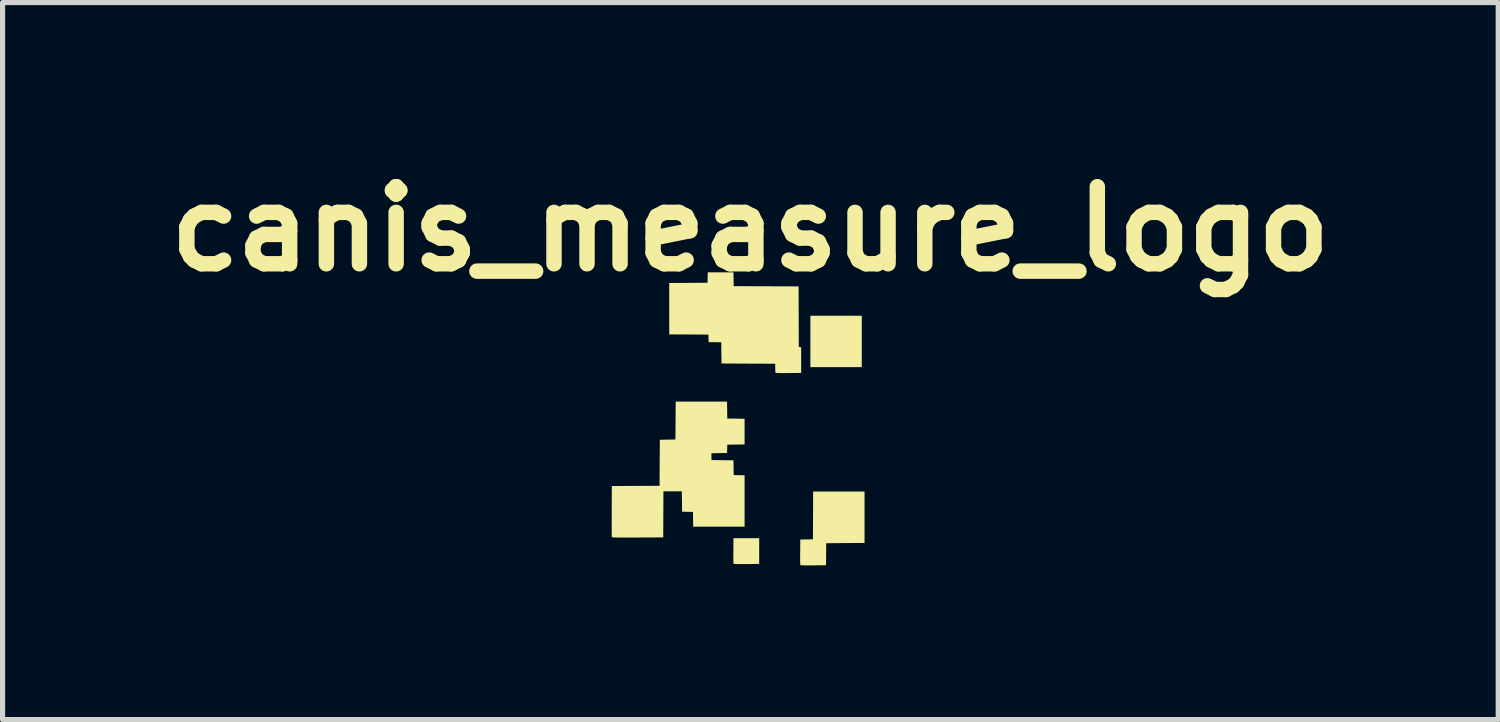
<source format=kicad_pcb>
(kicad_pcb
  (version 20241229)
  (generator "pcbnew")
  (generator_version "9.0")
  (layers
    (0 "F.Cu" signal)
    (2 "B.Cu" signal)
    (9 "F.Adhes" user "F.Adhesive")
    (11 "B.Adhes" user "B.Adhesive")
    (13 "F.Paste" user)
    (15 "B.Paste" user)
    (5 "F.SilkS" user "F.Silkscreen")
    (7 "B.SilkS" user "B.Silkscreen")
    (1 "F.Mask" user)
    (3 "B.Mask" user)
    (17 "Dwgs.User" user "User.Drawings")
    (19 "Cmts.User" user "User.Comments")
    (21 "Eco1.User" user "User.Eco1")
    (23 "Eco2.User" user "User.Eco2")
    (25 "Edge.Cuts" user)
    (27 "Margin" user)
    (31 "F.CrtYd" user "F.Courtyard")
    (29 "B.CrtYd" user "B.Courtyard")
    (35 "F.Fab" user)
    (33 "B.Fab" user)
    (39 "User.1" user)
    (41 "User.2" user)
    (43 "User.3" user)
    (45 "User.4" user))
  (footprint "canis_measure_logo"
    (layer "F.Cu")
    (at 11.55 4.96)
    (property "Reference" "canis_measure_logo" (at 0 -3.556 0) (layer "F.SilkS") (effects (font (size 1.5 1.5) (thickness 0.3))))
    (attr board_only exclude_from_pos_files exclude_from_bom)
    (fp_poly (pts (xy 2.167 -1.367) (xy 2.167 -0.867) (xy 1.667 -0.867) (xy 1.167 -0.867) (xy 1.167 -1.367) (xy 1.167 -1.867) (xy 1.667 -1.867) (xy 2.167 -1.867)) (stroke (width 0) (type solid)) (fill yes) (layer "F.SilkS"))
    (fp_poly (pts (xy 0.171 2.712) (xy 0.171 2.962) (xy -0.077 2.965) (xy -0.151 2.965) (xy -0.21 2.965) (xy -0.255 2.965) (xy -0.288 2.964) (xy -0.311 2.962) (xy -0.324 2.96) (xy -0.329 2.957) (xy -0.33 2.956) (xy -0.33 2.945) (xy -0.331 2.92) (xy -0.332 2.883) (xy -0.332 2.835) (xy -0.332 2.78) (xy -0.332 2.718) (xy -0.331 2.704) (xy -0.329 2.462) (xy -0.079 2.462) (xy 0.171 2.462)) (stroke (width 0) (type solid)) (fill yes) (layer "F.SilkS"))
    (fp_poly (pts (xy 2.221 2.054) (xy 2.221 2.554) (xy 1.848 2.556) (xy 1.475 2.559) (xy 1.473 2.773) (xy 1.471 2.987) (xy 1.223 2.99) (xy 1.149 2.99) (xy 1.09 2.99) (xy 1.045 2.99) (xy 1.012 2.989) (xy 0.989 2.987) (xy 0.976 2.985) (xy 0.971 2.982) (xy 0.97 2.981) (xy 0.97 2.97) (xy 0.969 2.945) (xy 0.968 2.908) (xy 0.968 2.86) (xy 0.968 2.805) (xy 0.968 2.743) (xy 0.969 2.729) (xy 0.971 2.487) (xy 1.094 2.485) (xy 1.217 2.483) (xy 1.219 2.019) (xy 1.221 1.554) (xy 1.721 1.554) (xy 2.221 1.554)) (stroke (width 0) (type solid)) (fill yes) (layer "F.SilkS"))
    (fp_poly (pts (xy -0.327 -2.577) (xy -0.325 -2.442) (xy 0.306 -2.44) (xy 0.938 -2.438) (xy 0.94 -1.848) (xy 0.942 -1.259) (xy 0.965 -1.257) (xy 0.988 -1.254) (xy 0.988 -1.004) (xy 0.988 -0.754) (xy 0.741 -0.752) (xy 0.679 -0.752) (xy 0.622 -0.752) (xy 0.572 -0.752) (xy 0.532 -0.753) (xy 0.504 -0.754) (xy 0.49 -0.755) (xy 0.489 -0.755) (xy 0.487 -0.766) (xy 0.485 -0.789) (xy 0.484 -0.821) (xy 0.483 -0.847) (xy 0.483 -0.933) (xy -0.04 -0.935) (xy -0.562 -0.938) (xy -0.565 -1.144) (xy -0.567 -1.35) (xy -0.69 -1.352) (xy -0.812 -1.354) (xy -0.815 -1.427) (xy -0.817 -1.5) (xy -1.198 -1.502) (xy -1.579 -1.504) (xy -1.579 -2.004) (xy -1.579 -2.504) (xy -1.207 -2.506) (xy -0.834 -2.509) (xy -0.832 -2.611) (xy -0.829 -2.712) (xy -0.579 -2.712) (xy -0.329 -2.712)) (stroke (width 0) (type solid)) (fill yes) (layer "F.SilkS"))
    (fp_poly (pts (xy -0.452 -0.031) (xy -0.45 0.133) (xy -0.281 0.135) (xy -0.113 0.138) (xy -0.113 0.388) (xy -0.113 0.637) (xy -0.281 0.64) (xy -0.449 0.642) (xy -0.452 0.723) (xy -0.454 0.804) (xy -0.606 0.806) (xy -0.758 0.809) (xy -0.758 0.875) (xy -0.758 0.941) (xy -0.544 0.944) (xy -0.329 0.946) (xy -0.327 1.089) (xy -0.325 1.233) (xy -0.219 1.235) (xy -0.113 1.238) (xy -0.113 1.738) (xy -0.113 2.237) (xy -0.613 2.237) (xy -1.113 2.237) (xy -1.115 2.094) (xy -1.117 1.95) (xy -1.223 1.948) (xy -1.329 1.946) (xy -1.331 1.748) (xy -1.334 1.55) (xy -1.513 1.55) (xy -1.692 1.55) (xy -1.694 1.998) (xy -1.696 2.446) (xy -2.194 2.448) (xy -2.302 2.448) (xy -2.394 2.449) (xy -2.471 2.449) (xy -2.535 2.448) (xy -2.587 2.448) (xy -2.627 2.447) (xy -2.657 2.446) (xy -2.678 2.444) (xy -2.69 2.442) (xy -2.696 2.44) (xy -2.696 2.44) (xy -2.697 2.43) (xy -2.697 2.404) (xy -2.698 2.366) (xy -2.698 2.314) (xy -2.698 2.253) (xy -2.699 2.182) (xy -2.698 2.103) (xy -2.698 2.018) (xy -2.698 1.938) (xy -2.696 1.446) (xy -2.231 1.444) (xy -1.767 1.442) (xy -1.765 0.994) (xy -1.762 0.546) (xy -1.611 0.544) (xy -1.459 0.541) (xy -1.456 0.173) (xy -1.454 -0.196) (xy -0.954 -0.196) (xy -0.454 -0.196)) (stroke (width 0) (type solid)) (fill yes) (layer "F.SilkS")))
  (gr_rect
    (start -3 -3)
    (end 26.1 10.95)
    (stroke (width 0.1) (type default))
    (fill no)
    (layer "Edge.Cuts")))
</source>
